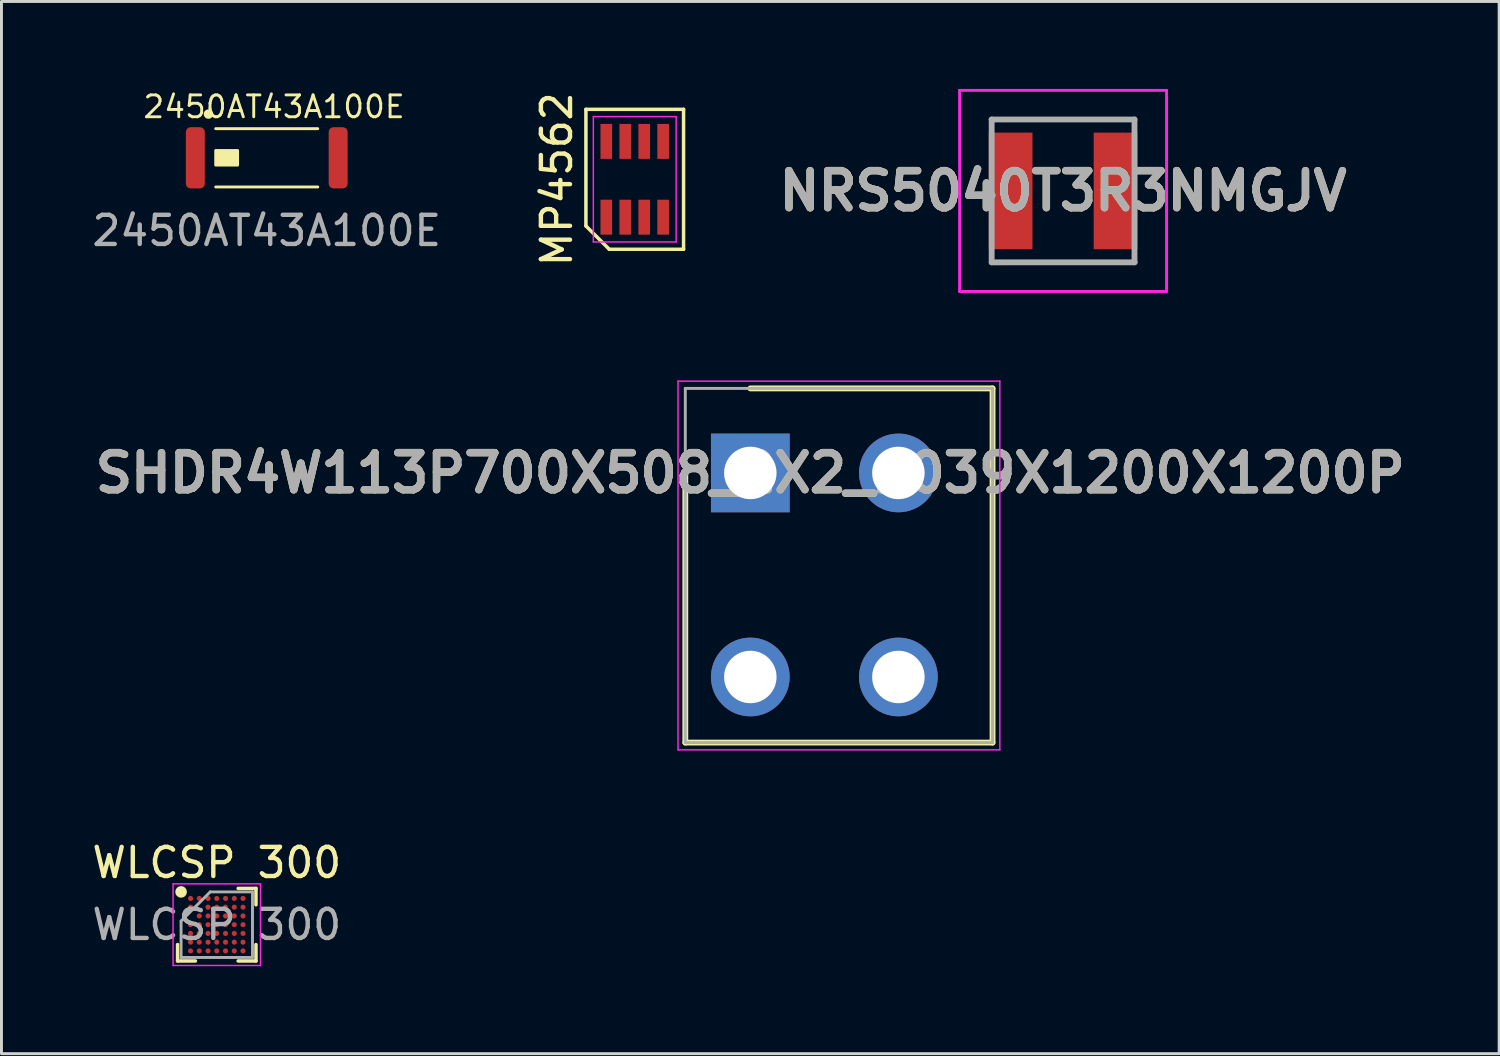
<source format=kicad_pcb>
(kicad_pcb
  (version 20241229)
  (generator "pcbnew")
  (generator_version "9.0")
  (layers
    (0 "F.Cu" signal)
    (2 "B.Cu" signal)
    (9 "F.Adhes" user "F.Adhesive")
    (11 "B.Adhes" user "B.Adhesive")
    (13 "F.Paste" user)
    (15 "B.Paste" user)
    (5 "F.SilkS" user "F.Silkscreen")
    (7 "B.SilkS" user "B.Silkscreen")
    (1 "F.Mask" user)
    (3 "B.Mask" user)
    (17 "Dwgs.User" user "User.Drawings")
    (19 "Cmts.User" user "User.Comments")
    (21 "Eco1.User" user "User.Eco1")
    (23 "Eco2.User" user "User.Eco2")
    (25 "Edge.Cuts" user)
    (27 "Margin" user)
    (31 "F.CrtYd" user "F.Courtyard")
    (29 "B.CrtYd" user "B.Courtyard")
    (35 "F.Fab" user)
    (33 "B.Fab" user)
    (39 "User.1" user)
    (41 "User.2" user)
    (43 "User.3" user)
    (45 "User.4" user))
  (footprint "NRS5040T3R3NMGJV"
    (layer "F.Cu")
    (at 33.421 3.5)
    (property "Reference" "NRS5040T3R3NMGJV" (at 0 0 0) (layer "F.SilkS") (effects (font (size 1.27 1.27) (thickness 0.254))))
    (attr smd)
    (fp_line (start -2.5 -2.45) (end 2.45 -2.45) (stroke (width 0.1) (type solid)) (layer "F.SilkS"))
    (fp_line (start -2.45 2.45) (end 2.5 2.45) (stroke (width 0.1) (type solid)) (layer "F.SilkS"))
    (fp_line (start -3.55 -3.45) (end 3.55 -3.45) (stroke (width 0.1) (type solid)) (layer "F.CrtYd"))
    (fp_line (start -3.55 3.45) (end -3.55 -3.45) (stroke (width 0.1) (type solid)) (layer "F.CrtYd"))
    (fp_line (start 3.55 -3.45) (end 3.55 3.45) (stroke (width 0.1) (type solid)) (layer "F.CrtYd"))
    (fp_line (start 3.55 3.45) (end -3.55 3.45) (stroke (width 0.1) (type solid)) (layer "F.CrtYd"))
    (fp_line (start -2.45 -2.45) (end 2.45 -2.45) (stroke (width 0.2) (type solid)) (layer "F.Fab"))
    (fp_line (start -2.45 2.45) (end -2.45 -2.45) (stroke (width 0.2) (type solid)) (layer "F.Fab"))
    (fp_line (start 2.45 -2.45) (end 2.45 2.45) (stroke (width 0.2) (type solid)) (layer "F.Fab"))
    (fp_line (start 2.45 2.45) (end -2.45 2.45) (stroke (width 0.2) (type solid)) (layer "F.Fab"))
    (fp_text user "${REFERENCE}" (at 0 0 0) (layer "F.Fab") (effects (font (size 1.27 1.27) (thickness 0.254))))
    (pad "1" smd rect (at -1.8 0) (size 1.5 4) (layers "F.Cu" "F.Mask" "F.Paste"))
    (pad "2" smd rect (at 1.8 0) (size 1.5 4) (layers "F.Cu" "F.Mask" "F.Paste")))
  (footprint "2450AT43A100E"
    (layer "F.Cu")
    (at 6.101 2.364)
    (property "Reference" "2450AT43A100E" (at 0.25 -1.75 0) (unlocked yes) (layer "F.SilkS") (effects (font (size 0.75 0.75) (thickness 0.1))))
    (attr smd)
    (fp_line (start -1.75 -1) (end 1.75 -1) (stroke (width 0.1) (type default)) (layer "F.SilkS"))
    (fp_line (start -1.75 1) (end 1.75 1) (stroke (width 0.1) (type default)) (layer "F.SilkS"))
    (fp_circle (center -2 -1.5) (end -1.888 -1.5) (stroke (width 0.1) (type solid)) (fill yes) (layer "F.SilkS"))
    (fp_poly (pts (xy -1.75 -0.25) (xy -1.75 0.25) (xy -1 0.25) (xy -1 -0.25)) (stroke (width 0.1) (type solid)) (fill yes) (layer "F.SilkS"))
    (fp_text user "${REFERENCE}" (at 0 2.5 0) (unlocked yes) (layer "F.Fab") (effects (font (size 1 1) (thickness 0.15))))
    (pad "1" smd roundrect (at -2.45 0) (size 0.65 2.1) (layers "F.Cu" "F.Mask" "F.Paste") (roundrect_rratio 0.25))
    (pad "2" smd roundrect (at 2.45 0) (size 0.65 2.1) (layers "F.Cu" "F.Mask" "F.Paste") (roundrect_rratio 0.25)))
  (footprint "MP4562"
    (layer "F.Cu")
    (at 18.726 3.101)
    (property "Reference" "MP4562" (at -2.675 0 90) (unlocked yes) (layer "F.SilkS") (effects (font (size 1 1) (thickness 0.15))))
    (attr smd)
    (fp_line (start -1.675 -2.4) (end 1.675 -2.4) (stroke (width 0.12) (type default)) (layer "F.SilkS"))
    (fp_line (start -1.675 1.6) (end -1.675 -2.4) (stroke (width 0.12) (type default)) (layer "F.SilkS"))
    (fp_line (start -0.875 2.4) (end -1.675 1.6) (stroke (width 0.12) (type default)) (layer "F.SilkS"))
    (fp_line (start 1.675 -2.4) (end 1.675 2.4) (stroke (width 0.12) (type default)) (layer "F.SilkS"))
    (fp_line (start 1.675 2.4) (end -0.875 2.4) (stroke (width 0.12) (type default)) (layer "F.SilkS"))
    (fp_line (start -1.42 -2.15) (end 1.42 -2.15) (stroke (width 0.05) (type default)) (layer "F.CrtYd"))
    (fp_line (start -1.42 2.15) (end -1.42 -2.15) (stroke (width 0.05) (type default)) (layer "F.CrtYd"))
    (fp_line (start 1.42 -2.15) (end 1.42 2.15) (stroke (width 0.05) (type default)) (layer "F.CrtYd"))
    (fp_line (start 1.42 2.15) (end -1.42 2.15) (stroke (width 0.05) (type default)) (layer "F.CrtYd"))
    (pad "1" smd rect (at -0.975 1.3) (size 0.4 1.2) (layers "F.Cu" "F.Mask" "F.Paste"))
    (pad "2" smd rect (at -0.325 1.3) (size 0.4 1.2) (layers "F.Cu" "F.Mask" "F.Paste"))
    (pad "3" smd rect (at 0.325 1.3) (size 0.4 1.2) (layers "F.Cu" "F.Mask" "F.Paste"))
    (pad "4" smd rect (at 0.975 1.3) (size 0.4 1.2) (layers "F.Cu" "F.Mask" "F.Paste"))
    (pad "5" smd rect (at 0.975 -1.3) (size 0.4 1.2) (layers "F.Cu" "F.Mask" "F.Paste"))
    (pad "6" smd rect (at 0.325 -1.3) (size 0.4 1.2) (layers "F.Cu" "F.Mask" "F.Paste"))
    (pad "7" smd rect (at -0.325 -1.3) (size 0.4 1.2) (layers "F.Cu" "F.Mask" "F.Paste"))
    (pad "8" smd rect (at -0.975 -1.3) (size 0.4 1.2) (layers "F.Cu" "F.Mask" "F.Paste")))
  (footprint "SHDR4W113P700X508_2X2_1039X1200X1200P"
    (layer "F.Cu")
    (at 22.691 13.175)
    (property "Reference" "SHDR4W113P700X508_2X2_1039X1200X1200P" (at 0 0 0) (layer "F.SilkS") (effects (font (size 1.27 1.27) (thickness 0.254))))
    (attr through_hole)
    (fp_line (start -2.23 9.25) (end -2.23 0) (stroke (width 0.2) (type solid)) (layer "F.SilkS"))
    (fp_line (start 0 -2.9) (end 8.31 -2.9) (stroke (width 0.2) (type solid)) (layer "F.SilkS"))
    (fp_line (start 8.31 -2.9) (end 8.31 9.25) (stroke (width 0.2) (type solid)) (layer "F.SilkS"))
    (fp_line (start 8.31 9.25) (end -2.23 9.25) (stroke (width 0.2) (type solid)) (layer "F.SilkS"))
    (fp_line (start -2.48 -3.15) (end 8.56 -3.15) (stroke (width 0.05) (type solid)) (layer "F.CrtYd"))
    (fp_line (start -2.48 9.5) (end -2.48 -3.15) (stroke (width 0.05) (type solid)) (layer "F.CrtYd"))
    (fp_line (start 8.56 -3.15) (end 8.56 9.5) (stroke (width 0.05) (type solid)) (layer "F.CrtYd"))
    (fp_line (start 8.56 9.5) (end -2.48 9.5) (stroke (width 0.05) (type solid)) (layer "F.CrtYd"))
    (fp_line (start -2.23 -2.9) (end 8.31 -2.9) (stroke (width 0.1) (type solid)) (layer "F.Fab"))
    (fp_line (start -2.23 9.25) (end -2.23 -2.9) (stroke (width 0.1) (type solid)) (layer "F.Fab"))
    (fp_line (start 8.31 -2.9) (end 8.31 9.25) (stroke (width 0.1) (type solid)) (layer "F.Fab"))
    (fp_line (start 8.31 9.25) (end -2.23 9.25) (stroke (width 0.1) (type solid)) (layer "F.Fab"))
    (fp_text user "${REFERENCE}" (at 0 0 0) (layer "F.Fab") (effects (font (size 1.27 1.27) (thickness 0.254))))
    (pad "1" thru_hole rect (at 0 0) (size 2.7 2.7) (drill 1.8) (layers "*.Cu" "*.Mask"))
    (pad "1" thru_hole circle (at 0 7) (size 2.7 2.7) (drill 1.8) (layers "*.Cu" "*.Mask"))
    (pad "2" thru_hole circle (at 5.08 0) (size 2.7 2.7) (drill 1.8) (layers "*.Cu" "*.Mask"))
    (pad "2" thru_hole circle (at 5.08 7) (size 2.7 2.7) (drill 1.8) (layers "*.Cu" "*.Mask")))
  (footprint "WLCSP 300"
    (layer "F.Cu")
    (at 4.387 28.673)
    (property "Reference" "WLCSP 300" (at 0 -2.125 0) (unlocked yes) (layer "F.SilkS") (effects (font (size 1 1) (thickness 0.15))))
    (attr smd)
    (fp_line (start -1.345 1.245) (end -1.345 0.682) (stroke (width 0.12) (type default)) (layer "F.SilkS"))
    (fp_line (start -0.733 1.245) (end -1.345 1.245) (stroke (width 0.12) (type default)) (layer "F.SilkS"))
    (fp_line (start 0.733 -1.245) (end 1.345 -1.245) (stroke (width 0.12) (type default)) (layer "F.SilkS"))
    (fp_line (start 0.733 1.245) (end 1.345 1.245) (stroke (width 0.12) (type default)) (layer "F.SilkS"))
    (fp_line (start 1.345 -1.245) (end 1.345 -0.682) (stroke (width 0.12) (type default)) (layer "F.SilkS"))
    (fp_line (start 1.345 1.245) (end 1.345 0.682) (stroke (width 0.12) (type default)) (layer "F.SilkS"))
    (fp_circle (center -1.225 -1.125) (end -1.225 -1.025) (stroke (width 0.2) (type default)) (fill no) (layer "F.SilkS"))
    (fp_line (start -1.5 -1.4) (end 1.5 -1.4) (stroke (width 0.05) (type default)) (layer "F.CrtYd"))
    (fp_line (start -1.5 1.4) (end -1.5 -1.4) (stroke (width 0.05) (type default)) (layer "F.CrtYd"))
    (fp_line (start 1.5 -1.4) (end 1.5 1.4) (stroke (width 0.05) (type default)) (layer "F.CrtYd"))
    (fp_line (start 1.5 1.4) (end -1.5 1.4) (stroke (width 0.05) (type default)) (layer "F.CrtYd"))
    (fp_line (start -1.225 -0.125) (end -1.225 1.125) (stroke (width 0.1) (type default)) (layer "F.Fab"))
    (fp_line (start -1.225 1.125) (end 1.225 1.125) (stroke (width 0.1) (type default)) (layer "F.Fab"))
    (fp_line (start -0.225 -1.125) (end -1.225 -0.125) (stroke (width 0.1) (type default)) (layer "F.Fab"))
    (fp_line (start 1.225 -1.125) (end -0.225 -1.125) (stroke (width 0.1) (type default)) (layer "F.Fab"))
    (fp_line (start 1.225 1.125) (end 1.225 -1.125) (stroke (width 0.1) (type default)) (layer "F.Fab"))
    (fp_text user "${REFERENCE}" (at 0 0 0) (layer "F.Fab") (effects (font (size 1 1) (thickness 0.15))))
    (pad "A1" smd circle (at -0.9 -0.9) (size 0.175 0.175) (layers "F.Cu" "F.Mask" "F.Paste"))
    (pad "A2" smd circle (at -0.6 -0.9) (size 0.175 0.175) (layers "F.Cu" "F.Mask" "F.Paste"))
    (pad "A3" smd circle (at -0.3 -0.9) (size 0.175 0.175) (layers "F.Cu" "F.Mask" "F.Paste"))
    (pad "A4" smd circle (at 0 -0.9) (size 0.175 0.175) (layers "F.Cu" "F.Mask" "F.Paste"))
    (pad "A5" smd circle (at 0.3 -0.9) (size 0.175 0.175) (layers "F.Cu" "F.Mask" "F.Paste"))
    (pad "A6" smd circle (at 0.6 -0.9) (size 0.175 0.175) (layers "F.Cu" "F.Mask" "F.Paste"))
    (pad "A7" smd circle (at 0.9 -0.9) (size 0.175 0.175) (layers "F.Cu" "F.Mask" "F.Paste"))
    (pad "B1" smd circle (at -0.9 -0.6) (size 0.175 0.175) (layers "F.Cu" "F.Mask" "F.Paste"))
    (pad "B3" smd circle (at -0.3 -0.6) (size 0.175 0.175) (layers "F.Cu" "F.Mask" "F.Paste"))
    (pad "B4" smd circle (at 0 -0.6) (size 0.175 0.175) (layers "F.Cu" "F.Mask" "F.Paste"))
    (pad "B5" smd circle (at 0.3 -0.6) (size 0.175 0.175) (layers "F.Cu" "F.Mask" "F.Paste"))
    (pad "B6" smd circle (at 0.6 -0.6) (size 0.175 0.175) (layers "F.Cu" "F.Mask" "F.Paste"))
    (pad "B7" smd circle (at 0.9 -0.6) (size 0.175 0.175) (layers "F.Cu" "F.Mask" "F.Paste"))
    (pad "C2" smd circle (at -0.6 -0.3) (size 0.175 0.175) (layers "F.Cu" "F.Mask" "F.Paste"))
    (pad "C3" smd circle (at -0.3 -0.3) (size 0.175 0.175) (layers "F.Cu" "F.Mask" "F.Paste"))
    (pad "C4" smd circle (at 0 -0.3) (size 0.175 0.175) (layers "F.Cu" "F.Mask" "F.Paste"))
    (pad "C5" smd circle (at 0.3 -0.3) (size 0.175 0.175) (layers "F.Cu" "F.Mask" "F.Paste"))
    (pad "C6" smd circle (at 0.6 -0.3) (size 0.175 0.175) (layers "F.Cu" "F.Mask" "F.Paste"))
    (pad "C7" smd circle (at 0.9 -0.3) (size 0.175 0.175) (layers "F.Cu" "F.Mask" "F.Paste"))
    (pad "D1" smd circle (at -0.9 0) (size 0.175 0.175) (layers "F.Cu" "F.Mask" "F.Paste"))
    (pad "D2" smd circle (at -0.6 0) (size 0.175 0.175) (layers "F.Cu" "F.Mask" "F.Paste"))
    (pad "D3" smd circle (at -0.3 0) (size 0.175 0.175) (layers "F.Cu" "F.Mask" "F.Paste"))
    (pad "D4" smd circle (at 0 0) (size 0.175 0.175) (layers "F.Cu" "F.Mask" "F.Paste"))
    (pad "D5" smd circle (at 0.3 0) (size 0.175 0.175) (layers "F.Cu" "F.Mask" "F.Paste"))
    (pad "D6" smd circle (at 0.6 0) (size 0.175 0.175) (layers "F.Cu" "F.Mask" "F.Paste"))
    (pad "D7" smd circle (at 0.9 0) (size 0.175 0.175) (layers "F.Cu" "F.Mask" "F.Paste"))
    (pad "E1" smd circle (at -0.9 0.3) (size 0.175 0.175) (layers "F.Cu" "F.Mask" "F.Paste"))
    (pad "E2" smd circle (at -0.6 0.3) (size 0.175 0.175) (layers "F.Cu" "F.Mask" "F.Paste"))
    (pad "E3" smd circle (at -0.3 0.3) (size 0.175 0.175) (layers "F.Cu" "F.Mask" "F.Paste"))
    (pad "E4" smd circle (at 0 0.3) (size 0.175 0.175) (layers "F.Cu" "F.Mask" "F.Paste"))
    (pad "E5" smd circle (at 0.3 0.3) (size 0.175 0.175) (layers "F.Cu" "F.Mask" "F.Paste"))
    (pad "E6" smd circle (at 0.6 0.3) (size 0.175 0.175) (layers "F.Cu" "F.Mask" "F.Paste"))
    (pad "E7" smd circle (at 0.9 0.3) (size 0.175 0.175) (layers "F.Cu" "F.Mask" "F.Paste"))
    (pad "F1" smd circle (at -0.9 0.6) (size 0.175 0.175) (layers "F.Cu" "F.Mask" "F.Paste"))
    (pad "F2" smd circle (at -0.6 0.6) (size 0.175 0.175) (layers "F.Cu" "F.Mask" "F.Paste"))
    (pad "F3" smd circle (at -0.3 0.6) (size 0.175 0.175) (layers "F.Cu" "F.Mask" "F.Paste"))
    (pad "F4" smd circle (at 0 0.6) (size 0.175 0.175) (layers "F.Cu" "F.Mask" "F.Paste"))
    (pad "F5" smd circle (at 0.3 0.6) (size 0.175 0.175) (layers "F.Cu" "F.Mask" "F.Paste"))
    (pad "F6" smd circle (at 0.6 0.6) (size 0.175 0.175) (layers "F.Cu" "F.Mask" "F.Paste"))
    (pad "F7" smd circle (at 0.9 0.6) (size 0.175 0.175) (layers "F.Cu" "F.Mask" "F.Paste"))
    (pad "G1" smd circle (at -0.9 0.9) (size 0.175 0.175) (layers "F.Cu" "F.Mask" "F.Paste"))
    (pad "G2" smd circle (at -0.6 0.9) (size 0.175 0.175) (layers "F.Cu" "F.Mask" "F.Paste"))
    (pad "G3" smd circle (at -0.3 0.9) (size 0.175 0.175) (layers "F.Cu" "F.Mask" "F.Paste"))
    (pad "G4" smd circle (at 0 0.9) (size 0.175 0.175) (layers "F.Cu" "F.Mask" "F.Paste"))
    (pad "G5" smd circle (at 0.3 0.9) (size 0.175 0.175) (layers "F.Cu" "F.Mask" "F.Paste"))
    (pad "G6" smd circle (at 0.6 0.9) (size 0.175 0.175) (layers "F.Cu" "F.Mask" "F.Paste"))
    (pad "G7" smd circle (at 0.9 0.9) (size 0.175 0.175) (layers "F.Cu" "F.Mask" "F.Paste")))
  (gr_rect
    (start -3 -3)
    (end 48.381 33.098)
    (stroke (width 0.1) (type default))
    (fill no)
    (layer "Edge.Cuts")))
</source>
